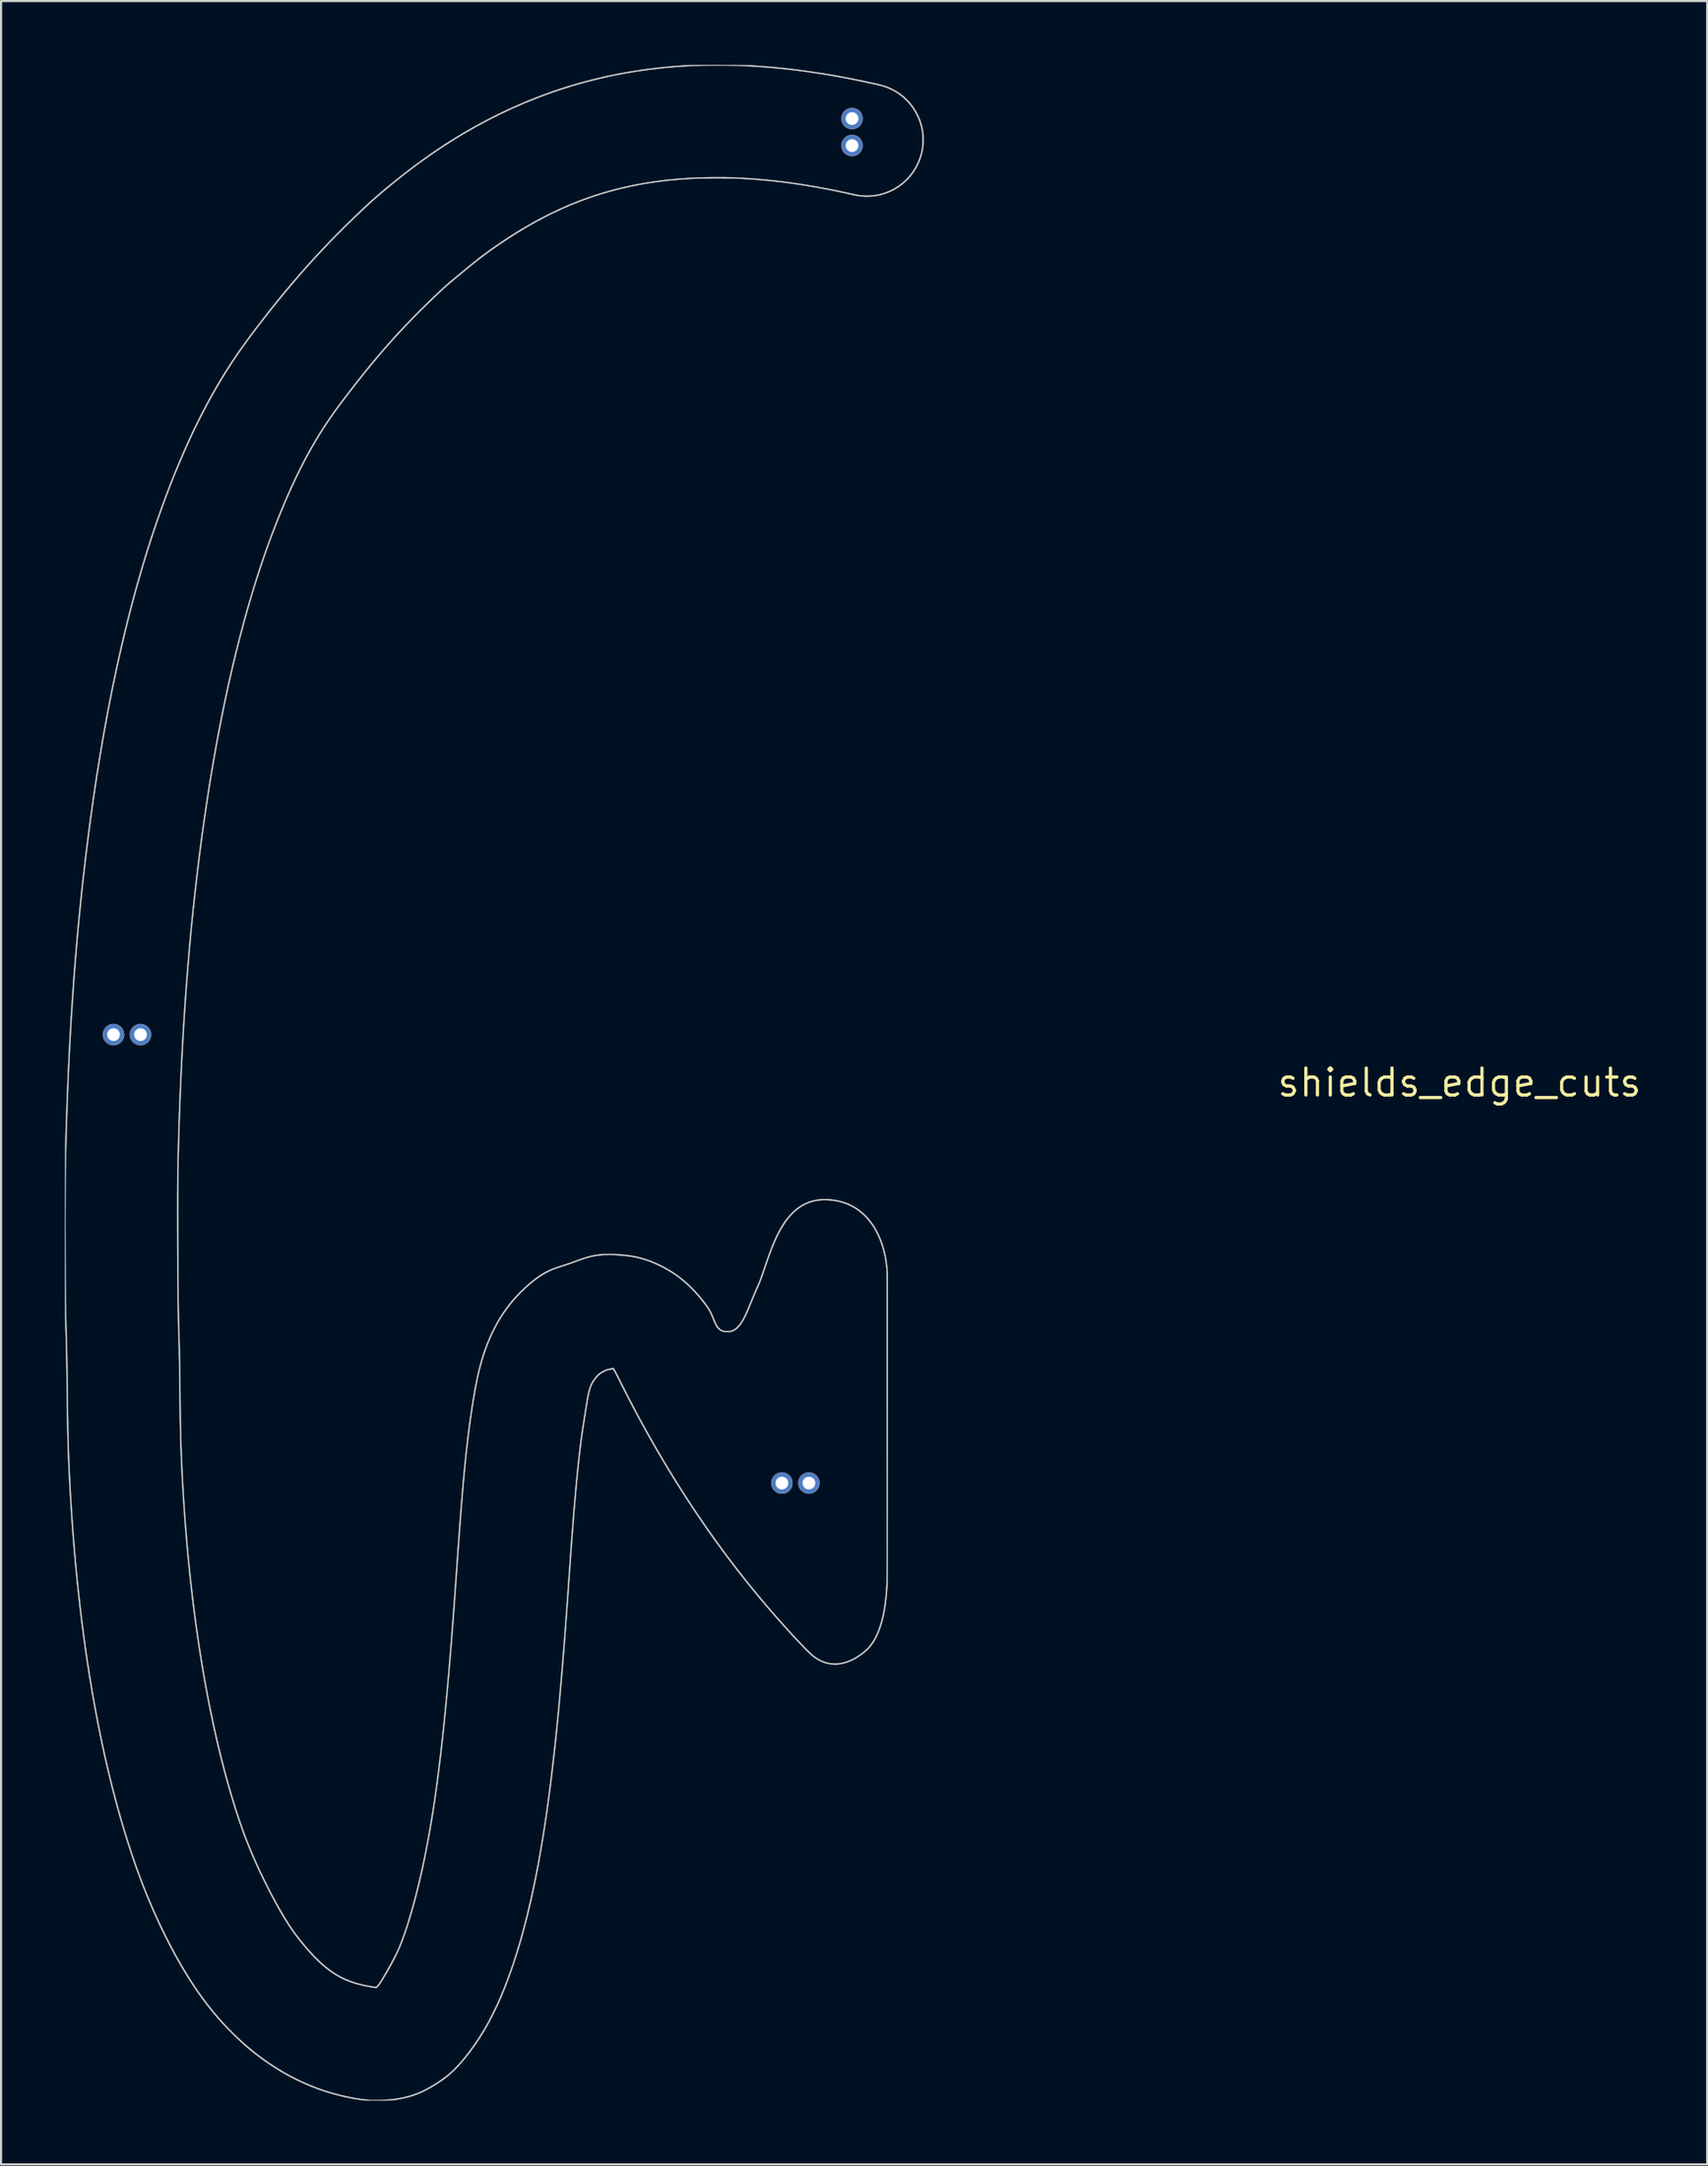
<source format=kicad_pcb>
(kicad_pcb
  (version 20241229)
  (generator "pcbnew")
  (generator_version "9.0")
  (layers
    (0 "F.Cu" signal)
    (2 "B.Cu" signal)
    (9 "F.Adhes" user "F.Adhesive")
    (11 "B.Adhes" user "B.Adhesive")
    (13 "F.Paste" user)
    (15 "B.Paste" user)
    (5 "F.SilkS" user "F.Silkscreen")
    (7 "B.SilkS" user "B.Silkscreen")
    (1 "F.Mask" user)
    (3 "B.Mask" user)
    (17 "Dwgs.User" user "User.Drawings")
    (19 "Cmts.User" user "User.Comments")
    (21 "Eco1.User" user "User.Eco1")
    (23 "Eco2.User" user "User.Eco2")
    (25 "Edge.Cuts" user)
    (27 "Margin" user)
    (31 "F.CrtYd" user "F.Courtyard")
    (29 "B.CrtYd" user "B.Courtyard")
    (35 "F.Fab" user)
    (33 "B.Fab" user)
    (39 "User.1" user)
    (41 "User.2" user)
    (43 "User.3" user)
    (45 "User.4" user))
  (footprint "shields_edge_cuts"
    (layer "F.Cu")
    (at 65.621 47.866)
    (property "Reference" "shields_edge_cuts" (at 0 0 0) (layer "F.SilkS") (effects (font (size 1.27 1.27) (thickness 0.15))))
    (attr through_hole)
    (fp_poly (pts (xy -28.494 -45.839) (xy -28.408 -45.815) (xy -28.328 -45.776) (xy -28.255 -45.724) (xy -28.192 -45.66) (xy -28.159 -45.615) (xy -28.12 -45.54) (xy -28.095 -45.458) (xy -28.083 -45.372) (xy -28.085 -45.285) (xy -28.101 -45.201) (xy -28.104 -45.191) (xy -28.139 -45.108) (xy -28.187 -45.035) (xy -28.246 -44.972) (xy -28.314 -44.92) (xy -28.389 -44.88) (xy -28.471 -44.854) (xy -28.556 -44.841) (xy -28.644 -44.844) (xy -28.709 -44.857) (xy -28.795 -44.887) (xy -28.872 -44.932) (xy -28.939 -44.988) (xy -28.995 -45.054) (xy -29.038 -45.129) (xy -29.068 -45.211) (xy -29.084 -45.299) (xy -29.085 -45.335) (xy -29.079 -45.427) (xy -29.06 -45.51) (xy -29.026 -45.585) (xy -28.976 -45.656) (xy -28.94 -45.696) (xy -28.868 -45.757) (xy -28.792 -45.802) (xy -28.709 -45.832) (xy -28.621 -45.846) (xy -28.583 -45.847) (xy -28.494 -45.839)) (stroke (width 0.01) (type solid)) (fill no) (layer "Dwgs.User"))
    (fp_poly (pts (xy -28.494 -44.569) (xy -28.408 -44.545) (xy -28.328 -44.506) (xy -28.255 -44.454) (xy -28.192 -44.39) (xy -28.159 -44.345) (xy -28.12 -44.27) (xy -28.095 -44.188) (xy -28.083 -44.102) (xy -28.085 -44.015) (xy -28.101 -43.931) (xy -28.104 -43.921) (xy -28.139 -43.838) (xy -28.187 -43.765) (xy -28.246 -43.702) (xy -28.314 -43.65) (xy -28.389 -43.61) (xy -28.471 -43.584) (xy -28.556 -43.571) (xy -28.644 -43.574) (xy -28.709 -43.587) (xy -28.795 -43.617) (xy -28.872 -43.662) (xy -28.939 -43.718) (xy -28.995 -43.784) (xy -29.038 -43.859) (xy -29.068 -43.941) (xy -29.084 -44.029) (xy -29.085 -44.065) (xy -29.079 -44.157) (xy -29.06 -44.24) (xy -29.026 -44.315) (xy -28.976 -44.386) (xy -28.94 -44.426) (xy -28.868 -44.487) (xy -28.792 -44.532) (xy -28.709 -44.562) (xy -28.621 -44.576) (xy -28.583 -44.577) (xy -28.494 -44.569)) (stroke (width 0.01) (type solid)) (fill no) (layer "Dwgs.User"))
    (fp_poly (pts (xy -61.991 -2.756) (xy -61.904 -2.734) (xy -61.822 -2.698) (xy -61.747 -2.647) (xy -61.71 -2.613) (xy -61.651 -2.544) (xy -61.608 -2.468) (xy -61.578 -2.388) (xy -61.563 -2.305) (xy -61.563 -2.222) (xy -61.576 -2.139) (xy -61.602 -2.059) (xy -61.642 -1.984) (xy -61.696 -1.916) (xy -61.762 -1.855) (xy -61.804 -1.826) (xy -61.867 -1.795) (xy -61.94 -1.772) (xy -62.018 -1.759) (xy -62.095 -1.756) (xy -62.166 -1.764) (xy -62.17 -1.765) (xy -62.257 -1.793) (xy -62.335 -1.833) (xy -62.402 -1.884) (xy -62.458 -1.944) (xy -62.503 -2.012) (xy -62.537 -2.085) (xy -62.559 -2.163) (xy -62.568 -2.243) (xy -62.564 -2.324) (xy -62.546 -2.405) (xy -62.514 -2.483) (xy -62.468 -2.557) (xy -62.415 -2.618) (xy -62.359 -2.665) (xy -62.295 -2.705) (xy -62.226 -2.735) (xy -62.172 -2.751) (xy -62.081 -2.761) (xy -61.991 -2.756)) (stroke (width 0.01) (type solid)) (fill no) (layer "Dwgs.User"))
    (fp_poly (pts (xy -63.242 -2.752) (xy -63.156 -2.729) (xy -63.075 -2.689) (xy -63.002 -2.634) (xy -62.98 -2.613) (xy -62.921 -2.544) (xy -62.878 -2.468) (xy -62.848 -2.388) (xy -62.833 -2.305) (xy -62.833 -2.222) (xy -62.846 -2.139) (xy -62.872 -2.059) (xy -62.912 -1.984) (xy -62.966 -1.916) (xy -63.032 -1.855) (xy -63.074 -1.826) (xy -63.138 -1.795) (xy -63.211 -1.772) (xy -63.288 -1.759) (xy -63.365 -1.756) (xy -63.437 -1.764) (xy -63.441 -1.765) (xy -63.527 -1.793) (xy -63.606 -1.835) (xy -63.676 -1.889) (xy -63.736 -1.955) (xy -63.784 -2.029) (xy -63.81 -2.091) (xy -63.832 -2.178) (xy -63.838 -2.265) (xy -63.829 -2.351) (xy -63.806 -2.433) (xy -63.769 -2.511) (xy -63.721 -2.581) (xy -63.66 -2.642) (xy -63.589 -2.692) (xy -63.558 -2.708) (xy -63.496 -2.734) (xy -63.44 -2.751) (xy -63.382 -2.759) (xy -63.335 -2.76) (xy -63.242 -2.752)) (stroke (width 0.01) (type solid)) (fill no) (layer "Dwgs.User"))
    (fp_poly (pts (xy -31.812 18.33) (xy -31.746 18.34) (xy -31.686 18.36) (xy -31.628 18.39) (xy -31.613 18.4) (xy -31.54 18.457) (xy -31.479 18.524) (xy -31.433 18.6) (xy -31.401 18.684) (xy -31.385 18.774) (xy -31.382 18.826) (xy -31.39 18.918) (xy -31.413 19.004) (xy -31.451 19.084) (xy -31.503 19.154) (xy -31.567 19.216) (xy -31.643 19.266) (xy -31.731 19.305) (xy -31.779 19.317) (xy -31.837 19.324) (xy -31.899 19.326) (xy -31.958 19.323) (xy -31.996 19.317) (xy -32.079 19.29) (xy -32.156 19.248) (xy -32.225 19.193) (xy -32.285 19.128) (xy -32.332 19.054) (xy -32.366 18.973) (xy -32.372 18.951) (xy -32.381 18.9) (xy -32.384 18.839) (xy -32.383 18.777) (xy -32.376 18.721) (xy -32.372 18.701) (xy -32.341 18.614) (xy -32.296 18.536) (xy -32.237 18.468) (xy -32.167 18.41) (xy -32.085 18.364) (xy -32.048 18.349) (xy -32.02 18.339) (xy -31.994 18.333) (xy -31.965 18.329) (xy -31.928 18.327) (xy -31.89 18.327) (xy -31.812 18.33)) (stroke (width 0.01) (type solid)) (fill no) (layer "Dwgs.User"))
    (fp_poly (pts (xy -30.542 18.33) (xy -30.476 18.34) (xy -30.416 18.36) (xy -30.358 18.39) (xy -30.343 18.4) (xy -30.27 18.457) (xy -30.209 18.524) (xy -30.163 18.6) (xy -30.131 18.684) (xy -30.115 18.774) (xy -30.112 18.826) (xy -30.12 18.918) (xy -30.143 19.004) (xy -30.181 19.084) (xy -30.233 19.154) (xy -30.297 19.216) (xy -30.373 19.266) (xy -30.461 19.305) (xy -30.509 19.317) (xy -30.567 19.324) (xy -30.629 19.326) (xy -30.688 19.323) (xy -30.726 19.317) (xy -30.809 19.29) (xy -30.886 19.248) (xy -30.955 19.193) (xy -31.015 19.128) (xy -31.062 19.054) (xy -31.096 18.973) (xy -31.102 18.951) (xy -31.111 18.9) (xy -31.114 18.839) (xy -31.113 18.777) (xy -31.106 18.721) (xy -31.102 18.701) (xy -31.071 18.614) (xy -31.026 18.536) (xy -30.967 18.468) (xy -30.897 18.41) (xy -30.815 18.364) (xy -30.778 18.349) (xy -30.75 18.339) (xy -30.724 18.333) (xy -30.695 18.329) (xy -30.658 18.327) (xy -30.62 18.327) (xy -30.542 18.33)) (stroke (width 0.01) (type solid)) (fill no) (layer "Dwgs.User"))
    (fp_poly (pts (xy -35.379 -47.861) (xy -35.231 -47.861) (xy -35.068 -47.86) (xy -34.891 -47.86) (xy -34.794 -47.86) (xy -34.581 -47.859) (xy -34.385 -47.859) (xy -34.205 -47.858) (xy -34.042 -47.857) (xy -33.895 -47.856) (xy -33.765 -47.855) (xy -33.651 -47.854) (xy -33.552 -47.853) (xy -33.47 -47.852) (xy -33.403 -47.85) (xy -33.352 -47.849) (xy -33.316 -47.847) (xy -33.304 -47.847) (xy -33.255 -47.843) (xy -33.195 -47.839) (xy -33.128 -47.834) (xy -33.058 -47.829) (xy -32.992 -47.824) (xy -32.982 -47.824) (xy -32.391 -47.778) (xy -31.79 -47.72) (xy -31.179 -47.649) (xy -30.56 -47.566) (xy -29.932 -47.471) (xy -29.297 -47.363) (xy -28.655 -47.243) (xy -28.008 -47.111) (xy -27.817 -47.07) (xy -27.676 -47.039) (xy -27.55 -47.011) (xy -27.438 -46.985) (xy -27.338 -46.962) (xy -27.249 -46.94) (xy -27.17 -46.919) (xy -27.098 -46.899) (xy -27.034 -46.88) (xy -26.974 -46.86) (xy -26.918 -46.84) (xy -26.865 -46.818) (xy -26.812 -46.795) (xy -26.759 -46.771) (xy -26.704 -46.744) (xy -26.662 -46.723) (xy -26.475 -46.619) (xy -26.299 -46.502) (xy -26.135 -46.372) (xy -25.983 -46.23) (xy -25.842 -46.076) (xy -25.712 -45.91) (xy -25.595 -45.732) (xy -25.49 -45.543) (xy -25.467 -45.496) (xy -25.384 -45.306) (xy -25.316 -45.108) (xy -25.263 -44.904) (xy -25.229 -44.721) (xy -25.223 -44.68) (xy -25.219 -44.643) (xy -25.215 -44.607) (xy -25.213 -44.569) (xy -25.211 -44.525) (xy -25.21 -44.474) (xy -25.21 -44.411) (xy -25.21 -44.336) (xy -25.211 -44.237) (xy -25.213 -44.152) (xy -25.217 -44.076) (xy -25.223 -44.007) (xy -25.231 -43.941) (xy -25.242 -43.873) (xy -25.257 -43.801) (xy -25.269 -43.745) (xy -25.325 -43.54) (xy -25.396 -43.342) (xy -25.481 -43.151) (xy -25.58 -42.968) (xy -25.693 -42.793) (xy -25.819 -42.629) (xy -25.957 -42.475) (xy -26.107 -42.331) (xy -26.268 -42.2) (xy -26.439 -42.081) (xy -26.621 -41.974) (xy -26.739 -41.915) (xy -26.937 -41.831) (xy -27.137 -41.764) (xy -27.34 -41.714) (xy -27.547 -41.68) (xy -27.756 -41.663) (xy -27.968 -41.662) (xy -28.183 -41.679) (xy -28.401 -41.711) (xy -28.524 -41.737) (xy -29.049 -41.853) (xy -29.563 -41.96) (xy -30.066 -42.057) (xy -30.561 -42.144) (xy -31.05 -42.222) (xy -31.533 -42.291) (xy -32.013 -42.352) (xy -32.491 -42.404) (xy -32.97 -42.447) (xy -33.45 -42.483) (xy -33.934 -42.511) (xy -33.968 -42.513) (xy -34.025 -42.515) (xy -34.096 -42.517) (xy -34.181 -42.519) (xy -34.277 -42.52) (xy -34.384 -42.522) (xy -34.498 -42.523) (xy -34.618 -42.523) (xy -34.743 -42.524) (xy -34.871 -42.524) (xy -35 -42.524) (xy -35.128 -42.524) (xy -35.253 -42.523) (xy -35.373 -42.523) (xy -35.488 -42.522) (xy -35.594 -42.52) (xy -35.691 -42.519) (xy -35.777 -42.517) (xy -35.849 -42.515) (xy -35.905 -42.513) (xy -35.907 -42.513) (xy -36.244 -42.495) (xy -36.567 -42.473) (xy -36.877 -42.448) (xy -37.177 -42.42) (xy -37.468 -42.388) (xy -37.754 -42.351) (xy -38.036 -42.311) (xy -38.316 -42.266) (xy -38.559 -42.223) (xy -39.024 -42.13) (xy -39.484 -42.025) (xy -39.939 -41.907) (xy -40.39 -41.776) (xy -40.836 -41.631) (xy -41.279 -41.472) (xy -41.72 -41.299) (xy -42.158 -41.112) (xy -42.595 -40.91) (xy -43.03 -40.693) (xy -43.466 -40.461) (xy -43.902 -40.214) (xy -44.338 -39.951) (xy -44.776 -39.673) (xy -45.216 -39.378) (xy -45.576 -39.126) (xy -45.658 -39.067) (xy -45.739 -39.008) (xy -45.82 -38.949) (xy -45.901 -38.888) (xy -45.984 -38.825) (xy -46.069 -38.76) (xy -46.157 -38.691) (xy -46.25 -38.618) (xy -46.348 -38.54) (xy -46.452 -38.456) (xy -46.563 -38.366) (xy -46.682 -38.269) (xy -46.811 -38.163) (xy -46.949 -38.049) (xy -47.098 -37.925) (xy -47.259 -37.792) (xy -47.269 -37.783) (xy -47.354 -37.712) (xy -47.43 -37.649) (xy -47.497 -37.592) (xy -47.559 -37.54) (xy -47.617 -37.491) (xy -47.671 -37.443) (xy -47.725 -37.395) (xy -47.78 -37.345) (xy -47.837 -37.293) (xy -47.898 -37.236) (xy -47.965 -37.173) (xy -48.039 -37.103) (xy -48.123 -37.023) (xy -48.192 -36.957) (xy -48.56 -36.603) (xy -48.915 -36.253) (xy -49.258 -35.905) (xy -49.593 -35.556) (xy -49.92 -35.206) (xy -50.242 -34.852) (xy -50.56 -34.492) (xy -50.876 -34.124) (xy -51.191 -33.746) (xy -51.509 -33.356) (xy -51.83 -32.952) (xy -51.846 -32.931) (xy -52.014 -32.716) (xy -52.175 -32.509) (xy -52.328 -32.309) (xy -52.473 -32.118) (xy -52.609 -31.937) (xy -52.737 -31.766) (xy -52.854 -31.605) (xy -52.961 -31.456) (xy -53.022 -31.369) (xy -53.226 -31.073) (xy -53.424 -30.773) (xy -53.617 -30.468) (xy -53.806 -30.157) (xy -53.991 -29.839) (xy -54.172 -29.513) (xy -54.351 -29.178) (xy -54.527 -28.833) (xy -54.701 -28.478) (xy -54.874 -28.111) (xy -55.046 -27.731) (xy -55.217 -27.337) (xy -55.389 -26.929) (xy -55.56 -26.506) (xy -55.643 -26.297) (xy -55.72 -26.102) (xy -55.793 -25.911) (xy -55.864 -25.725) (xy -55.933 -25.54) (xy -56.001 -25.355) (xy -56.068 -25.168) (xy -56.135 -24.979) (xy -56.203 -24.784) (xy -56.272 -24.582) (xy -56.343 -24.372) (xy -56.416 -24.152) (xy -56.492 -23.92) (xy -56.572 -23.674) (xy -56.617 -23.533) (xy -56.652 -23.422) (xy -56.691 -23.296) (xy -56.733 -23.158) (xy -56.778 -23.01) (xy -56.824 -22.854) (xy -56.872 -22.691) (xy -56.921 -22.524) (xy -56.97 -22.355) (xy -57.018 -22.187) (xy -57.065 -22.02) (xy -57.111 -21.857) (xy -57.154 -21.7) (xy -57.17 -21.641) (xy -57.365 -20.909) (xy -57.553 -20.161) (xy -57.736 -19.397) (xy -57.912 -18.618) (xy -58.083 -17.822) (xy -58.247 -17.011) (xy -58.406 -16.184) (xy -58.558 -15.342) (xy -58.705 -14.484) (xy -58.845 -13.61) (xy -58.98 -12.721) (xy -59.109 -11.816) (xy -59.231 -10.895) (xy -59.348 -9.959) (xy -59.458 -9.007) (xy -59.546 -8.2) (xy -59.639 -7.28) (xy -59.726 -6.343) (xy -59.807 -5.391) (xy -59.882 -4.423) (xy -59.952 -3.44) (xy -60.015 -2.44) (xy -60.072 -1.425) (xy -60.123 -0.393) (xy -60.168 0.654) (xy -60.208 1.717) (xy -60.24 2.773) (xy -60.245 2.95) (xy -60.25 3.121) (xy -60.254 3.287) (xy -60.258 3.449) (xy -60.261 3.607) (xy -60.264 3.763) (xy -60.267 3.918) (xy -60.27 4.073) (xy -60.272 4.228) (xy -60.274 4.386) (xy -60.276 4.548) (xy -60.277 4.713) (xy -60.279 4.884) (xy -60.28 5.061) (xy -60.281 5.245) (xy -60.281 5.438) (xy -60.281 5.64) (xy -60.282 5.853) (xy -60.282 6.078) (xy -60.281 6.316) (xy -60.281 6.567) (xy -60.28 6.833) (xy -60.28 7.095) (xy -60.279 7.445) (xy -60.278 7.778) (xy -60.276 8.096) (xy -60.275 8.399) (xy -60.273 8.687) (xy -60.272 8.961) (xy -60.27 9.222) (xy -60.268 9.471) (xy -60.266 9.707) (xy -60.263 9.932) (xy -60.261 10.146) (xy -60.258 10.351) (xy -60.255 10.545) (xy -60.252 10.731) (xy -60.249 10.908) (xy -60.245 11.078) (xy -60.242 11.24) (xy -60.238 11.397) (xy -60.234 11.547) (xy -60.229 11.692) (xy -60.228 11.735) (xy -60.223 11.884) (xy -60.218 12.037) (xy -60.214 12.195) (xy -60.21 12.357) (xy -60.206 12.526) (xy -60.202 12.702) (xy -60.199 12.886) (xy -60.195 13.079) (xy -60.192 13.282) (xy -60.188 13.497) (xy -60.185 13.723) (xy -60.182 13.962) (xy -60.179 14.216) (xy -60.176 14.484) (xy -60.173 14.768) (xy -60.172 14.812) (xy -60.17 15.07) (xy -60.167 15.313) (xy -60.164 15.541) (xy -60.16 15.758) (xy -60.157 15.963) (xy -60.153 16.159) (xy -60.149 16.348) (xy -60.145 16.53) (xy -60.14 16.707) (xy -60.135 16.881) (xy -60.13 17.053) (xy -60.124 17.226) (xy -60.117 17.399) (xy -60.11 17.576) (xy -60.102 17.756) (xy -60.1 17.801) (xy -60.061 18.621) (xy -60.014 19.433) (xy -59.961 20.239) (xy -59.9 21.038) (xy -59.833 21.828) (xy -59.759 22.611) (xy -59.679 23.384) (xy -59.592 24.148) (xy -59.498 24.903) (xy -59.398 25.647) (xy -59.292 26.381) (xy -59.179 27.104) (xy -59.06 27.815) (xy -58.935 28.515) (xy -58.804 29.202) (xy -58.667 29.876) (xy -58.523 30.537) (xy -58.374 31.184) (xy -58.219 31.817) (xy -58.059 32.435) (xy -57.893 33.039) (xy -57.725 33.613) (xy -57.626 33.935) (xy -57.528 34.247) (xy -57.429 34.547) (xy -57.332 34.836) (xy -57.235 35.11) (xy -57.14 35.37) (xy -57.078 35.536) (xy -56.981 35.783) (xy -56.878 36.034) (xy -56.771 36.289) (xy -56.659 36.546) (xy -56.543 36.804) (xy -56.424 37.062) (xy -56.301 37.319) (xy -56.177 37.574) (xy -56.051 37.825) (xy -55.924 38.073) (xy -55.797 38.315) (xy -55.669 38.55) (xy -55.542 38.778) (xy -55.416 38.998) (xy -55.292 39.207) (xy -55.17 39.406) (xy -55.051 39.594) (xy -54.936 39.768) (xy -54.824 39.928) (xy -54.717 40.073) (xy -54.531 40.312) (xy -54.348 40.537) (xy -54.168 40.748) (xy -53.99 40.945) (xy -53.817 41.127) (xy -53.648 41.294) (xy -53.483 41.445) (xy -53.388 41.527) (xy -53.198 41.678) (xy -53.008 41.815) (xy -52.816 41.938) (xy -52.619 42.048) (xy -52.416 42.145) (xy -52.206 42.232) (xy -51.987 42.308) (xy -51.756 42.374) (xy -51.513 42.431) (xy -51.434 42.447) (xy -51.382 42.457) (xy -51.324 42.468) (xy -51.264 42.478) (xy -51.203 42.488) (xy -51.145 42.498) (xy -51.092 42.506) (xy -51.047 42.513) (xy -51.013 42.518) (xy -50.992 42.52) (xy -50.99 42.52) (xy -50.972 42.513) (xy -50.948 42.493) (xy -50.919 42.463) (xy -50.886 42.425) (xy -50.852 42.381) (xy -50.817 42.331) (xy -50.802 42.308) (xy -50.728 42.189) (xy -50.651 42.061) (xy -50.572 41.927) (xy -50.491 41.789) (xy -50.412 41.648) (xy -50.333 41.508) (xy -50.257 41.369) (xy -50.185 41.235) (xy -50.118 41.106) (xy -50.057 40.986) (xy -50.003 40.876) (xy -49.966 40.797) (xy -49.928 40.71) (xy -49.886 40.608) (xy -49.84 40.495) (xy -49.793 40.371) (xy -49.744 40.238) (xy -49.694 40.1) (xy -49.644 39.957) (xy -49.594 39.811) (xy -49.546 39.665) (xy -49.504 39.534) (xy -49.377 39.115) (xy -49.252 38.679) (xy -49.132 38.228) (xy -49.015 37.76) (xy -48.901 37.278) (xy -48.791 36.78) (xy -48.685 36.268) (xy -48.583 35.741) (xy -48.485 35.2) (xy -48.391 34.646) (xy -48.3 34.078) (xy -48.214 33.497) (xy -48.132 32.903) (xy -48.121 32.817) (xy -48.082 32.518) (xy -48.044 32.218) (xy -48.007 31.915) (xy -47.97 31.609) (xy -47.934 31.299) (xy -47.898 30.985) (xy -47.863 30.666) (xy -47.829 30.341) (xy -47.794 30.01) (xy -47.76 29.673) (xy -47.726 29.327) (xy -47.693 28.974) (xy -47.659 28.612) (xy -47.626 28.24) (xy -47.592 27.859) (xy -47.559 27.467) (xy -47.525 27.064) (xy -47.491 26.648) (xy -47.457 26.221) (xy -47.423 25.78) (xy -47.388 25.325) (xy -47.353 24.856) (xy -47.317 24.372) (xy -47.281 23.872) (xy -47.245 23.356) (xy -47.244 23.351) (xy -47.237 23.245) (xy -47.228 23.125) (xy -47.219 22.993) (xy -47.209 22.853) (xy -47.199 22.707) (xy -47.188 22.558) (xy -47.178 22.408) (xy -47.168 22.261) (xy -47.158 22.12) (xy -47.148 21.986) (xy -47.146 21.963) (xy -47.116 21.539) (xy -47.087 21.131) (xy -47.058 20.739) (xy -47.029 20.363) (xy -47.001 20) (xy -46.972 19.651) (xy -46.945 19.316) (xy -46.917 18.992) (xy -46.889 18.681) (xy -46.862 18.381) (xy -46.834 18.091) (xy -46.806 17.811) (xy -46.779 17.541) (xy -46.75 17.279) (xy -46.722 17.025) (xy -46.693 16.779) (xy -46.664 16.539) (xy -46.635 16.305) (xy -46.604 16.077) (xy -46.574 15.853) (xy -46.542 15.634) (xy -46.51 15.418) (xy -46.477 15.205) (xy -46.469 15.151) (xy -46.428 14.898) (xy -46.387 14.66) (xy -46.348 14.436) (xy -46.309 14.226) (xy -46.27 14.027) (xy -46.23 13.839) (xy -46.19 13.659) (xy -46.149 13.488) (xy -46.108 13.323) (xy -46.064 13.164) (xy -46.019 13.008) (xy -45.972 12.855) (xy -45.923 12.703) (xy -45.902 12.642) (xy -45.781 12.309) (xy -45.648 11.987) (xy -45.503 11.675) (xy -45.347 11.374) (xy -45.18 11.084) (xy -45.002 10.807) (xy -44.814 10.542) (xy -44.615 10.291) (xy -44.461 10.113) (xy -44.299 9.937) (xy -44.132 9.768) (xy -43.96 9.605) (xy -43.787 9.451) (xy -43.614 9.309) (xy -43.443 9.178) (xy -43.311 9.086) (xy -43.224 9.028) (xy -43.14 8.976) (xy -43.058 8.928) (xy -42.976 8.883) (xy -42.892 8.841) (xy -42.803 8.8) (xy -42.709 8.76) (xy -42.607 8.72) (xy -42.495 8.68) (xy -42.371 8.637) (xy -42.233 8.592) (xy -42.173 8.572) (xy -42.106 8.551) (xy -42.044 8.531) (xy -41.989 8.513) (xy -41.942 8.498) (xy -41.905 8.486) (xy -41.881 8.478) (xy -41.872 8.475) (xy -41.85 8.466) (xy -41.814 8.452) (xy -41.767 8.434) (xy -41.71 8.414) (xy -41.648 8.391) (xy -41.58 8.367) (xy -41.511 8.342) (xy -41.443 8.317) (xy -41.377 8.294) (xy -41.316 8.272) (xy -41.263 8.253) (xy -41.219 8.238) (xy -41.188 8.228) (xy -41.184 8.227) (xy -41.005 8.174) (xy -40.824 8.13) (xy -40.637 8.095) (xy -40.471 8.071) (xy -40.411 8.066) (xy -40.338 8.061) (xy -40.252 8.058) (xy -40.158 8.056) (xy -40.057 8.055) (xy -39.953 8.055) (xy -39.847 8.056) (xy -39.742 8.059) (xy -39.642 8.063) (xy -39.548 8.068) (xy -39.463 8.074) (xy -39.442 8.075) (xy -39.283 8.091) (xy -39.138 8.107) (xy -39.005 8.125) (xy -38.88 8.145) (xy -38.763 8.167) (xy -38.648 8.192) (xy -38.54 8.218) (xy -38.319 8.282) (xy -38.093 8.36) (xy -37.866 8.451) (xy -37.638 8.554) (xy -37.414 8.668) (xy -37.194 8.792) (xy -36.981 8.924) (xy -36.779 9.063) (xy -36.607 9.192) (xy -36.433 9.338) (xy -36.257 9.497) (xy -36.083 9.668) (xy -35.912 9.848) (xy -35.747 10.034) (xy -35.59 10.224) (xy -35.444 10.416) (xy -35.434 10.429) (xy -35.379 10.507) (xy -35.33 10.578) (xy -35.287 10.647) (xy -35.247 10.716) (xy -35.209 10.788) (xy -35.172 10.866) (xy -35.133 10.953) (xy -35.092 11.051) (xy -35.069 11.108) (xy -35.047 11.163) (xy -35.025 11.215) (xy -35.005 11.262) (xy -34.988 11.301) (xy -34.976 11.328) (xy -34.974 11.333) (xy -34.92 11.428) (xy -34.861 11.507) (xy -34.797 11.571) (xy -34.728 11.62) (xy -34.652 11.654) (xy -34.624 11.662) (xy -34.566 11.674) (xy -34.499 11.68) (xy -34.429 11.681) (xy -34.363 11.677) (xy -34.336 11.673) (xy -34.259 11.655) (xy -34.188 11.629) (xy -34.123 11.593) (xy -34.057 11.546) (xy -33.989 11.486) (xy -33.976 11.472) (xy -33.936 11.431) (xy -33.898 11.388) (xy -33.86 11.341) (xy -33.824 11.29) (xy -33.787 11.233) (xy -33.749 11.17) (xy -33.71 11.099) (xy -33.67 11.019) (xy -33.627 10.93) (xy -33.581 10.831) (xy -33.532 10.719) (xy -33.478 10.594) (xy -33.42 10.456) (xy -33.361 10.312) (xy -33.31 10.188) (xy -33.264 10.076) (xy -33.221 9.974) (xy -33.181 9.88) (xy -33.143 9.79) (xy -33.104 9.701) (xy -33.064 9.612) (xy -33.037 9.55) (xy -33.006 9.48) (xy -32.977 9.412) (xy -32.949 9.346) (xy -32.922 9.278) (xy -32.895 9.205) (xy -32.865 9.125) (xy -32.834 9.036) (xy -32.799 8.934) (xy -32.779 8.877) (xy -32.752 8.797) (xy -32.721 8.708) (xy -32.689 8.614) (xy -32.657 8.521) (xy -32.628 8.434) (xy -32.604 8.365) (xy -32.517 8.117) (xy -32.431 7.886) (xy -32.347 7.669) (xy -32.262 7.467) (xy -32.178 7.279) (xy -32.093 7.103) (xy -32.008 6.94) (xy -31.921 6.787) (xy -31.832 6.645) (xy -31.742 6.512) (xy -31.649 6.388) (xy -31.552 6.272) (xy -31.453 6.163) (xy -31.412 6.121) (xy -31.342 6.053) (xy -31.279 5.995) (xy -31.219 5.943) (xy -31.157 5.895) (xy -31.09 5.847) (xy -31.045 5.816) (xy -30.9 5.728) (xy -30.751 5.653) (xy -30.597 5.592) (xy -30.435 5.542) (xy -30.263 5.505) (xy -30.171 5.49) (xy -30.12 5.484) (xy -30.057 5.48) (xy -29.983 5.477) (xy -29.904 5.475) (xy -29.822 5.474) (xy -29.742 5.476) (xy -29.667 5.478) (xy -29.601 5.482) (xy -29.566 5.485) (xy -29.345 5.516) (xy -29.135 5.561) (xy -28.933 5.62) (xy -28.741 5.693) (xy -28.557 5.781) (xy -28.382 5.883) (xy -28.215 6) (xy -28.056 6.131) (xy -27.952 6.229) (xy -27.807 6.384) (xy -27.671 6.553) (xy -27.546 6.735) (xy -27.43 6.928) (xy -27.325 7.133) (xy -27.231 7.349) (xy -27.147 7.574) (xy -27.075 7.808) (xy -27.014 8.051) (xy -26.965 8.301) (xy -26.928 8.558) (xy -26.904 8.821) (xy -26.899 8.903) (xy -26.898 8.922) (xy -26.897 8.958) (xy -26.897 9.01) (xy -26.896 9.077) (xy -26.896 9.16) (xy -26.895 9.256) (xy -26.895 9.367) (xy -26.895 9.491) (xy -26.894 9.629) (xy -26.894 9.779) (xy -26.893 9.941) (xy -26.893 10.114) (xy -26.893 10.299) (xy -26.893 10.494) (xy -26.892 10.7) (xy -26.892 10.915) (xy -26.892 11.139) (xy -26.892 11.372) (xy -26.891 11.614) (xy -26.891 11.863) (xy -26.891 12.119) (xy -26.891 12.382) (xy -26.891 12.652) (xy -26.891 12.927) (xy -26.891 13.208) (xy -26.891 13.494) (xy -26.891 13.784) (xy -26.891 14.078) (xy -26.891 14.375) (xy -26.891 14.676) (xy -26.891 14.978) (xy -26.891 15.283) (xy -26.891 15.59) (xy -26.891 15.897) (xy -26.891 16.205) (xy -26.892 16.513) (xy -26.892 16.821) (xy -26.892 17.128) (xy -26.892 17.433) (xy -26.892 17.737) (xy -26.893 18.038) (xy -26.893 18.337) (xy -26.893 18.632) (xy -26.893 18.924) (xy -26.894 19.211) (xy -26.894 19.494) (xy -26.894 19.771) (xy -26.895 20.043) (xy -26.895 20.308) (xy -26.895 20.567) (xy -26.896 20.819) (xy -26.896 21.064) (xy -26.896 21.3) (xy -26.897 21.527) (xy -26.897 21.746) (xy -26.898 21.955) (xy -26.898 22.154) (xy -26.899 22.343) (xy -26.899 22.521) (xy -26.9 22.687) (xy -26.9 22.841) (xy -26.901 22.983) (xy -26.901 23.112) (xy -26.902 23.228) (xy -26.902 23.33) (xy -26.903 23.418) (xy -26.903 23.491) (xy -26.904 23.548) (xy -26.905 23.59) (xy -26.905 23.616) (xy -26.905 23.622) (xy -26.922 23.853) (xy -26.94 24.069) (xy -26.96 24.271) (xy -26.982 24.461) (xy -27.007 24.64) (xy -27.035 24.809) (xy -27.065 24.97) (xy -27.098 25.124) (xy -27.135 25.273) (xy -27.17 25.404) (xy -27.235 25.614) (xy -27.306 25.809) (xy -27.382 25.989) (xy -27.465 26.154) (xy -27.554 26.306) (xy -27.649 26.445) (xy -27.752 26.572) (xy -27.863 26.688) (xy -27.936 26.754) (xy -28.103 26.889) (xy -28.272 27.008) (xy -28.442 27.111) (xy -28.614 27.197) (xy -28.787 27.266) (xy -28.961 27.319) (xy -29.136 27.355) (xy -29.201 27.364) (xy -29.267 27.37) (xy -29.343 27.372) (xy -29.423 27.372) (xy -29.502 27.368) (xy -29.572 27.362) (xy -29.584 27.36) (xy -29.735 27.333) (xy -29.882 27.292) (xy -30.025 27.236) (xy -30.166 27.165) (xy -30.308 27.079) (xy -30.403 27.011) (xy -30.448 26.975) (xy -30.504 26.927) (xy -30.569 26.866) (xy -30.644 26.795) (xy -30.727 26.713) (xy -30.817 26.622) (xy -30.915 26.521) (xy -31.019 26.412) (xy -31.13 26.296) (xy -31.245 26.172) (xy -31.366 26.042) (xy -31.491 25.906) (xy -31.619 25.764) (xy -31.751 25.619) (xy -31.884 25.47) (xy -32.02 25.317) (xy -32.157 25.162) (xy -32.294 25.005) (xy -32.431 24.847) (xy -32.568 24.688) (xy -32.703 24.53) (xy -32.837 24.372) (xy -32.968 24.216) (xy -33.008 24.168) (xy -33.519 23.543) (xy -34.024 22.903) (xy -34.521 22.248) (xy -35.012 21.578) (xy -35.494 20.896) (xy -35.969 20.2) (xy -36.436 19.491) (xy -36.893 18.77) (xy -37.342 18.038) (xy -37.782 17.295) (xy -38.212 16.541) (xy -38.632 15.777) (xy -39.042 15.004) (xy -39.441 14.222) (xy -39.503 14.097) (xy -39.544 14.015) (xy -39.584 13.935) (xy -39.624 13.858) (xy -39.66 13.787) (xy -39.694 13.723) (xy -39.723 13.667) (xy -39.747 13.623) (xy -39.765 13.591) (xy -39.77 13.582) (xy -39.829 13.487) (xy -39.872 13.492) (xy -39.948 13.502) (xy -40.012 13.512) (xy -40.066 13.525) (xy -40.116 13.54) (xy -40.165 13.56) (xy -40.217 13.585) (xy -40.22 13.586) (xy -40.3 13.628) (xy -40.368 13.668) (xy -40.425 13.707) (xy -40.476 13.749) (xy -40.523 13.794) (xy -40.543 13.815) (xy -40.608 13.89) (xy -40.667 13.963) (xy -40.718 14.036) (xy -40.765 14.11) (xy -40.806 14.188) (xy -40.843 14.27) (xy -40.876 14.36) (xy -40.906 14.458) (xy -40.935 14.567) (xy -40.962 14.687) (xy -40.989 14.822) (xy -41.008 14.927) (xy -41.015 14.968) (xy -41.024 15.025) (xy -41.035 15.094) (xy -41.048 15.175) (xy -41.063 15.266) (xy -41.079 15.365) (xy -41.095 15.469) (xy -41.112 15.578) (xy -41.13 15.69) (xy -41.147 15.802) (xy -41.164 15.913) (xy -41.181 16.022) (xy -41.197 16.125) (xy -41.212 16.223) (xy -41.226 16.312) (xy -41.238 16.392) (xy -41.248 16.459) (xy -41.256 16.514) (xy -41.257 16.527) (xy -41.287 16.745) (xy -41.317 16.972) (xy -41.347 17.21) (xy -41.376 17.459) (xy -41.406 17.719) (xy -41.435 17.99) (xy -41.464 18.273) (xy -41.494 18.568) (xy -41.523 18.877) (xy -41.552 19.198) (xy -41.582 19.533) (xy -41.612 19.882) (xy -41.642 20.245) (xy -41.672 20.623) (xy -41.702 21.017) (xy -41.733 21.426) (xy -41.764 21.851) (xy -41.796 22.292) (xy -41.8 22.348) (xy -41.825 22.704) (xy -41.849 23.044) (xy -41.872 23.368) (xy -41.894 23.678) (xy -41.915 23.974) (xy -41.935 24.256) (xy -41.955 24.526) (xy -41.974 24.784) (xy -41.992 25.031) (xy -42.009 25.268) (xy -42.026 25.495) (xy -42.042 25.713) (xy -42.058 25.923) (xy -42.073 26.125) (xy -42.088 26.321) (xy -42.103 26.511) (xy -42.117 26.696) (xy -42.131 26.876) (xy -42.146 27.052) (xy -42.16 27.225) (xy -42.174 27.396) (xy -42.188 27.565) (xy -42.202 27.733) (xy -42.216 27.901) (xy -42.23 28.07) (xy -42.245 28.24) (xy -42.26 28.412) (xy -42.276 28.586) (xy -42.291 28.764) (xy -42.291 28.765) (xy -42.352 29.431) (xy -42.414 30.079) (xy -42.478 30.712) (xy -42.544 31.328) (xy -42.611 31.929) (xy -42.68 32.515) (xy -42.751 33.086) (xy -42.824 33.643) (xy -42.899 34.185) (xy -42.976 34.714) (xy -43.055 35.229) (xy -43.136 35.731) (xy -43.219 36.22) (xy -43.305 36.697) (xy -43.393 37.162) (xy -43.483 37.615) (xy -43.576 38.056) (xy -43.671 38.487) (xy -43.769 38.907) (xy -43.87 39.316) (xy -43.973 39.715) (xy -44.079 40.105) (xy -44.187 40.485) (xy -44.299 40.856) (xy -44.413 41.218) (xy -44.446 41.317) (xy -44.591 41.746) (xy -44.74 42.159) (xy -44.892 42.556) (xy -45.049 42.938) (xy -45.21 43.305) (xy -45.376 43.658) (xy -45.546 43.997) (xy -45.721 44.322) (xy -45.902 44.635) (xy -46.088 44.935) (xy -46.28 45.223) (xy -46.478 45.499) (xy -46.681 45.765) (xy -46.697 45.783) (xy -46.833 45.951) (xy -46.964 46.105) (xy -47.09 46.246) (xy -47.214 46.377) (xy -47.337 46.498) (xy -47.46 46.612) (xy -47.586 46.72) (xy -47.716 46.823) (xy -47.851 46.922) (xy -47.994 47.02) (xy -48.146 47.117) (xy -48.23 47.169) (xy -48.414 47.277) (xy -48.589 47.373) (xy -48.759 47.458) (xy -48.924 47.533) (xy -49.089 47.599) (xy -49.254 47.657) (xy -49.424 47.708) (xy -49.599 47.752) (xy -49.783 47.791) (xy -49.818 47.798) (xy -49.882 47.81) (xy -49.937 47.82) (xy -49.987 47.829) (xy -50.031 47.837) (xy -50.073 47.844) (xy -50.113 47.849) (xy -50.152 47.854) (xy -50.193 47.857) (xy -50.237 47.86) (xy -50.286 47.862) (xy -50.341 47.864) (xy -50.403 47.865) (xy -50.475 47.866) (xy -50.558 47.866) (xy -50.653 47.867) (xy -50.762 47.867) (xy -50.872 47.867) (xy -50.993 47.868) (xy -51.099 47.868) (xy -51.191 47.868) (xy -51.27 47.868) (xy -51.337 47.868) (xy -51.394 47.868) (xy -51.442 47.867) (xy -51.483 47.866) (xy -51.517 47.865) (xy -51.547 47.863) (xy -51.573 47.861) (xy -51.598 47.859) (xy -51.621 47.856) (xy -51.645 47.853) (xy -51.671 47.85) (xy -51.673 47.849) (xy -52.083 47.783) (xy -52.488 47.701) (xy -52.888 47.602) (xy -53.283 47.488) (xy -53.673 47.357) (xy -54.058 47.21) (xy -54.438 47.046) (xy -54.813 46.867) (xy -55.183 46.672) (xy -55.548 46.46) (xy -55.908 46.232) (xy -56.263 45.988) (xy -56.477 45.831) (xy -56.657 45.694) (xy -56.829 45.558) (xy -56.995 45.42) (xy -57.159 45.279) (xy -57.323 45.131) (xy -57.49 44.976) (xy -57.661 44.811) (xy -57.794 44.679) (xy -57.97 44.5) (xy -58.135 44.327) (xy -58.292 44.157) (xy -58.444 43.986) (xy -58.593 43.81) (xy -58.743 43.628) (xy -58.896 43.434) (xy -58.926 43.396) (xy -59.157 43.09) (xy -59.387 42.768) (xy -59.615 42.43) (xy -59.842 42.077) (xy -60.066 41.71) (xy -60.287 41.331) (xy -60.505 40.938) (xy -60.719 40.534) (xy -60.93 40.119) (xy -61.137 39.694) (xy -61.339 39.259) (xy -61.535 38.816) (xy -61.727 38.364) (xy -61.913 37.905) (xy -62.092 37.44) (xy -62.266 36.968) (xy -62.429 36.5) (xy -62.642 35.856) (xy -62.848 35.196) (xy -63.047 34.522) (xy -63.238 33.832) (xy -63.422 33.129) (xy -63.598 32.41) (xy -63.768 31.678) (xy -63.93 30.931) (xy -64.084 30.171) (xy -64.231 29.396) (xy -64.37 28.609) (xy -64.502 27.808) (xy -64.627 26.993) (xy -64.744 26.166) (xy -64.853 25.326) (xy -64.954 24.473) (xy -65.048 23.607) (xy -65.134 22.73) (xy -65.213 21.84) (xy -65.284 20.938) (xy -65.346 20.025) (xy -65.402 19.099) (xy -65.422 18.724) (xy -65.433 18.494) (xy -65.444 18.269) (xy -65.454 18.048) (xy -65.463 17.831) (xy -65.472 17.615) (xy -65.48 17.399) (xy -65.487 17.182) (xy -65.494 16.962) (xy -65.5 16.739) (xy -65.506 16.51) (xy -65.511 16.274) (xy -65.516 16.031) (xy -65.52 15.778) (xy -65.524 15.514) (xy -65.528 15.237) (xy -65.532 14.947) (xy -65.535 14.643) (xy -65.536 14.512) (xy -65.539 14.271) (xy -65.542 14.03) (xy -65.545 13.788) (xy -65.548 13.548) (xy -65.552 13.311) (xy -65.557 13.08) (xy -65.561 12.855) (xy -65.566 12.639) (xy -65.57 12.432) (xy -65.575 12.238) (xy -65.58 12.056) (xy -65.585 11.889) (xy -65.587 11.841) (xy -65.589 11.768) (xy -65.592 11.698) (xy -65.594 11.63) (xy -65.596 11.563) (xy -65.598 11.496) (xy -65.6 11.43) (xy -65.601 11.363) (xy -65.603 11.295) (xy -65.604 11.226) (xy -65.606 11.154) (xy -65.607 11.08) (xy -65.608 11.002) (xy -65.609 10.92) (xy -65.61 10.834) (xy -65.611 10.744) (xy -65.612 10.647) (xy -65.613 10.545) (xy -65.613 10.436) (xy -65.614 10.32) (xy -65.614 10.196) (xy -65.615 10.063) (xy -65.615 9.922) (xy -65.615 9.772) (xy -65.616 9.612) (xy -65.616 9.441) (xy -65.616 9.259) (xy -65.616 9.065) (xy -65.616 8.86) (xy -65.616 8.641) (xy -65.616 8.409) (xy -65.616 8.164) (xy -65.615 7.904) (xy -65.615 7.629) (xy -65.615 7.338) (xy -65.615 7.032) (xy -65.615 6.854) (xy -65.614 6.662) (xy -65.586 6.662) (xy -65.585 7.102) (xy -65.584 7.558) (xy -65.582 8.031) (xy -65.582 8.124) (xy -65.581 8.41) (xy -65.579 8.681) (xy -65.578 8.937) (xy -65.576 9.179) (xy -65.574 9.409) (xy -65.572 9.627) (xy -65.57 9.834) (xy -65.568 10.031) (xy -65.565 10.22) (xy -65.563 10.401) (xy -65.56 10.576) (xy -65.557 10.745) (xy -65.554 10.91) (xy -65.55 11.071) (xy -65.546 11.231) (xy -65.542 11.389) (xy -65.538 11.546) (xy -65.533 11.705) (xy -65.528 11.858) (xy -65.522 12.044) (xy -65.517 12.247) (xy -65.511 12.463) (xy -65.506 12.692) (xy -65.501 12.933) (xy -65.496 13.183) (xy -65.492 13.441) (xy -65.488 13.706) (xy -65.484 13.977) (xy -65.48 14.251) (xy -65.477 14.528) (xy -65.477 14.58) (xy -65.474 14.886) (xy -65.47 15.176) (xy -65.467 15.453) (xy -65.463 15.716) (xy -65.458 15.968) (xy -65.454 16.211) (xy -65.449 16.445) (xy -65.443 16.671) (xy -65.437 16.892) (xy -65.431 17.109) (xy -65.424 17.323) (xy -65.416 17.535) (xy -65.408 17.747) (xy -65.399 17.96) (xy -65.39 18.176) (xy -65.379 18.394) (xy -65.331 19.32) (xy -65.274 20.236) (xy -65.21 21.141) (xy -65.138 22.035) (xy -65.058 22.918) (xy -64.97 23.789) (xy -64.875 24.648) (xy -64.772 25.495) (xy -64.661 26.33) (xy -64.543 27.152) (xy -64.417 27.962) (xy -64.284 28.758) (xy -64.143 29.542) (xy -63.995 30.312) (xy -63.84 31.068) (xy -63.677 31.81) (xy -63.507 32.538) (xy -63.329 33.252) (xy -63.144 33.951) (xy -62.952 34.635) (xy -62.772 35.242) (xy -62.605 35.777) (xy -62.435 36.295) (xy -62.261 36.8) (xy -62.083 37.292) (xy -61.901 37.772) (xy -61.713 38.242) (xy -61.519 38.702) (xy -61.319 39.155) (xy -61.113 39.602) (xy -60.899 40.043) (xy -60.851 40.14) (xy -60.634 40.564) (xy -60.416 40.972) (xy -60.198 41.363) (xy -59.977 41.74) (xy -59.754 42.102) (xy -59.529 42.45) (xy -59.301 42.784) (xy -59.069 43.105) (xy -58.834 43.415) (xy -58.595 43.712) (xy -58.351 43.998) (xy -58.287 44.072) (xy -57.98 44.406) (xy -57.666 44.725) (xy -57.344 45.03) (xy -57.016 45.321) (xy -56.682 45.596) (xy -56.341 45.856) (xy -55.994 46.101) (xy -55.64 46.331) (xy -55.281 46.546) (xy -54.917 46.745) (xy -54.547 46.929) (xy -54.172 47.097) (xy -53.792 47.249) (xy -53.407 47.385) (xy -53.017 47.505) (xy -52.623 47.609) (xy -52.225 47.696) (xy -52.087 47.722) (xy -51.998 47.738) (xy -51.903 47.754) (xy -51.804 47.769) (xy -51.703 47.784) (xy -51.604 47.797) (xy -51.508 47.81) (xy -51.419 47.82) (xy -51.338 47.829) (xy -51.269 47.835) (xy -51.214 47.839) (xy -51.211 47.839) (xy -51.173 47.84) (xy -51.122 47.84) (xy -51.06 47.84) (xy -50.989 47.839) (xy -50.913 47.838) (xy -50.834 47.837) (xy -50.756 47.835) (xy -50.681 47.833) (xy -50.612 47.83) (xy -50.552 47.828) (xy -50.546 47.828) (xy -50.33 47.812) (xy -50.112 47.787) (xy -49.894 47.752) (xy -49.68 47.709) (xy -49.472 47.658) (xy -49.272 47.599) (xy -49.083 47.533) (xy -48.956 47.482) (xy -48.772 47.398) (xy -48.582 47.301) (xy -48.39 47.194) (xy -48.198 47.078) (xy -48.01 46.955) (xy -47.828 46.828) (xy -47.657 46.698) (xy -47.541 46.603) (xy -47.42 46.496) (xy -47.294 46.373) (xy -47.164 46.238) (xy -47.031 46.09) (xy -46.895 45.932) (xy -46.758 45.764) (xy -46.621 45.587) (xy -46.485 45.403) (xy -46.35 45.214) (xy -46.218 45.019) (xy -46.089 44.821) (xy -45.965 44.621) (xy -45.856 44.438) (xy -45.676 44.114) (xy -45.5 43.774) (xy -45.328 43.418) (xy -45.16 43.045) (xy -44.997 42.655) (xy -44.838 42.25) (xy -44.683 41.828) (xy -44.532 41.389) (xy -44.386 40.935) (xy -44.244 40.464) (xy -44.106 39.977) (xy -43.972 39.474) (xy -43.843 38.955) (xy -43.718 38.419) (xy -43.597 37.867) (xy -43.48 37.3) (xy -43.368 36.716) (xy -43.26 36.115) (xy -43.157 35.499) (xy -43.057 34.867) (xy -42.963 34.219) (xy -42.897 33.741) (xy -42.853 33.41) (xy -42.81 33.075) (xy -42.767 32.737) (xy -42.726 32.395) (xy -42.685 32.048) (xy -42.645 31.696) (xy -42.605 31.337) (xy -42.566 30.972) (xy -42.527 30.6) (xy -42.488 30.22) (xy -42.45 29.832) (xy -42.412 29.434) (xy -42.374 29.027) (xy -42.337 28.609) (xy -42.299 28.181) (xy -42.262 27.741) (xy -42.224 27.289) (xy -42.187 26.824) (xy -42.149 26.346) (xy -42.111 25.854) (xy -42.073 25.347) (xy -42.035 24.825) (xy -41.996 24.287) (xy -41.961 23.8) (xy -41.954 23.694) (xy -41.945 23.574) (xy -41.936 23.442) (xy -41.926 23.302) (xy -41.916 23.156) (xy -41.905 23.007) (xy -41.895 22.857) (xy -41.884 22.71) (xy -41.874 22.568) (xy -41.865 22.435) (xy -41.863 22.411) (xy -41.832 21.978) (xy -41.802 21.562) (xy -41.772 21.161) (xy -41.743 20.776) (xy -41.714 20.406) (xy -41.685 20.051) (xy -41.656 19.71) (xy -41.628 19.382) (xy -41.6 19.068) (xy -41.572 18.767) (xy -41.544 18.478) (xy -41.517 18.2) (xy -41.489 17.935) (xy -41.461 17.68) (xy -41.433 17.435) (xy -41.406 17.201) (xy -41.378 16.976) (xy -41.349 16.76) (xy -41.321 16.553) (xy -41.313 16.497) (xy -41.304 16.437) (xy -41.293 16.362) (xy -41.28 16.275) (xy -41.265 16.177) (xy -41.249 16.071) (xy -41.232 15.959) (xy -41.214 15.842) (xy -41.195 15.723) (xy -41.176 15.604) (xy -41.158 15.487) (xy -41.14 15.375) (xy -41.123 15.268) (xy -41.107 15.17) (xy -41.093 15.082) (xy -41.081 15.006) (xy -41.075 14.974) (xy -41.049 14.824) (xy -41.023 14.688) (xy -40.996 14.566) (xy -40.968 14.457) (xy -40.938 14.357) (xy -40.906 14.267) (xy -40.871 14.184) (xy -40.832 14.106) (xy -40.789 14.032) (xy -40.741 13.96) (xy -40.687 13.89) (xy -40.627 13.818) (xy -40.627 13.818) (xy -40.585 13.771) (xy -40.552 13.734) (xy -40.522 13.705) (xy -40.493 13.681) (xy -40.462 13.658) (xy -40.425 13.634) (xy -40.411 13.625) (xy -40.32 13.57) (xy -40.237 13.526) (xy -40.16 13.493) (xy -40.085 13.468) (xy -40.01 13.451) (xy -39.932 13.44) (xy -39.931 13.44) (xy -39.898 13.436) (xy -39.878 13.431) (xy -39.868 13.424) (xy -39.865 13.419) (xy -39.854 13.405) (xy -39.836 13.404) (xy -39.813 13.416) (xy -39.792 13.436) (xy -39.773 13.458) (xy -39.76 13.477) (xy -39.756 13.484) (xy -39.75 13.497) (xy -39.736 13.52) (xy -39.718 13.55) (xy -39.706 13.571) (xy -39.693 13.593) (xy -39.674 13.628) (xy -39.65 13.674) (xy -39.62 13.731) (xy -39.586 13.797) (xy -39.55 13.868) (xy -39.511 13.945) (xy -39.471 14.025) (xy -39.452 14.063) (xy -39.045 14.866) (xy -38.627 15.659) (xy -38.199 16.441) (xy -37.76 17.212) (xy -37.312 17.972) (xy -36.853 18.72) (xy -36.386 19.456) (xy -35.909 20.18) (xy -35.423 20.89) (xy -34.929 21.588) (xy -34.426 22.272) (xy -33.915 22.942) (xy -33.397 23.598) (xy -32.87 24.238) (xy -32.712 24.426) (xy -32.584 24.577) (xy -32.453 24.729) (xy -32.322 24.881) (xy -32.189 25.033) (xy -32.056 25.184) (xy -31.924 25.334) (xy -31.792 25.481) (xy -31.662 25.626) (xy -31.535 25.766) (xy -31.41 25.903) (xy -31.289 26.034) (xy -31.172 26.16) (xy -31.06 26.28) (xy -30.953 26.393) (xy -30.852 26.498) (xy -30.757 26.595) (xy -30.67 26.683) (xy -30.591 26.761) (xy -30.52 26.829) (xy -30.459 26.885) (xy -30.407 26.93) (xy -30.369 26.96) (xy -30.233 27.055) (xy -30.099 27.133) (xy -29.964 27.197) (xy -29.827 27.247) (xy -29.686 27.284) (xy -29.68 27.285) (xy -29.606 27.297) (xy -29.521 27.306) (xy -29.431 27.311) (xy -29.342 27.313) (xy -29.26 27.31) (xy -29.214 27.306) (xy -29.044 27.277) (xy -28.875 27.232) (xy -28.706 27.171) (xy -28.538 27.093) (xy -28.37 26.999) (xy -28.205 26.889) (xy -28.042 26.764) (xy -27.958 26.693) (xy -27.84 26.578) (xy -27.729 26.448) (xy -27.625 26.303) (xy -27.529 26.142) (xy -27.44 25.967) (xy -27.358 25.776) (xy -27.284 25.57) (xy -27.217 25.349) (xy -27.157 25.113) (xy -27.105 24.861) (xy -27.061 24.595) (xy -27.023 24.313) (xy -26.994 24.017) (xy -26.979 23.834) (xy -26.978 23.808) (xy -26.976 23.782) (xy -26.974 23.756) (xy -26.973 23.73) (xy -26.971 23.703) (xy -26.97 23.675) (xy -26.968 23.645) (xy -26.967 23.613) (xy -26.966 23.579) (xy -26.965 23.543) (xy -26.963 23.503) (xy -26.962 23.461) (xy -26.961 23.415) (xy -26.96 23.364) (xy -26.959 23.31) (xy -26.959 23.25) (xy -26.958 23.186) (xy -26.957 23.117) (xy -26.956 23.041) (xy -26.956 22.96) (xy -26.955 22.872) (xy -26.954 22.777) (xy -26.954 22.675) (xy -26.953 22.566) (xy -26.953 22.449) (xy -26.952 22.324) (xy -26.952 22.19) (xy -26.952 22.047) (xy -26.951 21.895) (xy -26.951 21.734) (xy -26.951 21.562) (xy -26.951 21.381) (xy -26.951 21.188) (xy -26.95 20.985) (xy -26.95 20.77) (xy -26.95 20.544) (xy -26.95 20.306) (xy -26.95 20.055) (xy -26.95 19.791) (xy -26.95 19.515) (xy -26.95 19.225) (xy -26.95 18.921) (xy -26.95 18.603) (xy -26.95 18.271) (xy -26.951 17.923) (xy -26.951 17.561) (xy -26.951 17.183) (xy -26.951 16.789) (xy -26.951 16.379) (xy -26.951 15.964) (xy -26.951 15.545) (xy -26.952 15.144) (xy -26.952 14.758) (xy -26.952 14.388) (xy -26.952 14.034) (xy -26.952 13.695) (xy -26.952 13.371) (xy -26.953 13.062) (xy -26.953 12.767) (xy -26.953 12.485) (xy -26.953 12.217) (xy -26.953 11.963) (xy -26.953 11.721) (xy -26.954 11.491) (xy -26.954 11.274) (xy -26.954 11.069) (xy -26.954 10.875) (xy -26.954 10.692) (xy -26.955 10.52) (xy -26.955 10.359) (xy -26.955 10.207) (xy -26.955 10.066) (xy -26.956 9.934) (xy -26.956 9.81) (xy -26.956 9.696) (xy -26.957 9.59) (xy -26.957 9.492) (xy -26.957 9.402) (xy -26.958 9.319) (xy -26.958 9.243) (xy -26.959 9.174) (xy -26.959 9.112) (xy -26.96 9.055) (xy -26.96 9.004) (xy -26.961 8.958) (xy -26.961 8.918) (xy -26.962 8.882) (xy -26.962 8.85) (xy -26.963 8.822) (xy -26.963 8.798) (xy -26.964 8.777) (xy -26.965 8.76) (xy -26.966 8.744) (xy -26.966 8.731) (xy -26.967 8.72) (xy -26.968 8.711) (xy -26.969 8.704) (xy -26.985 8.568) (xy -27.004 8.435) (xy -27.024 8.308) (xy -27.045 8.191) (xy -27.056 8.136) (xy -27.115 7.887) (xy -27.186 7.649) (xy -27.267 7.422) (xy -27.358 7.205) (xy -27.46 7.001) (xy -27.571 6.808) (xy -27.692 6.628) (xy -27.823 6.461) (xy -27.963 6.306) (xy -28.111 6.164) (xy -28.268 6.037) (xy -28.434 5.923) (xy -28.607 5.823) (xy -28.789 5.738) (xy -28.978 5.668) (xy -29.026 5.652) (xy -29.201 5.606) (xy -29.38 5.57) (xy -29.56 5.546) (xy -29.74 5.533) (xy -29.917 5.531) (xy -30.088 5.541) (xy -30.252 5.562) (xy -30.394 5.592) (xy -30.525 5.631) (xy -30.66 5.681) (xy -30.793 5.741) (xy -30.918 5.808) (xy -30.996 5.857) (xy -31.127 5.949) (xy -31.253 6.052) (xy -31.374 6.167) (xy -31.492 6.293) (xy -31.606 6.432) (xy -31.716 6.583) (xy -31.824 6.748) (xy -31.929 6.926) (xy -32.032 7.119) (xy -32.133 7.327) (xy -32.232 7.55) (xy -32.33 7.788) (xy -32.427 8.044) (xy -32.447 8.098) (xy -32.46 8.136) (xy -32.479 8.188) (xy -32.501 8.252) (xy -32.526 8.325) (xy -32.554 8.405) (xy -32.583 8.49) (xy -32.613 8.578) (xy -32.644 8.667) (xy -32.652 8.691) (xy -32.695 8.817) (xy -32.733 8.928) (xy -32.767 9.026) (xy -32.798 9.114) (xy -32.827 9.192) (xy -32.853 9.263) (xy -32.878 9.327) (xy -32.902 9.388) (xy -32.926 9.446) (xy -32.95 9.503) (xy -32.976 9.561) (xy -32.984 9.58) (xy -33.022 9.666) (xy -33.058 9.747) (xy -33.092 9.825) (xy -33.126 9.903) (xy -33.16 9.985) (xy -33.197 10.074) (xy -33.238 10.172) (xy -33.28 10.274) (xy -33.326 10.388) (xy -33.368 10.488) (xy -33.404 10.575) (xy -33.436 10.652) (xy -33.465 10.72) (xy -33.491 10.78) (xy -33.516 10.835) (xy -33.539 10.886) (xy -33.562 10.934) (xy -33.585 10.982) (xy -33.609 11.031) (xy -33.609 11.032) (xy -33.681 11.169) (xy -33.753 11.289) (xy -33.825 11.393) (xy -33.898 11.483) (xy -33.973 11.558) (xy -34.05 11.62) (xy -34.13 11.668) (xy -34.214 11.704) (xy -34.262 11.719) (xy -34.318 11.73) (xy -34.384 11.736) (xy -34.455 11.738) (xy -34.525 11.736) (xy -34.59 11.729) (xy -34.64 11.719) (xy -34.728 11.688) (xy -34.806 11.643) (xy -34.876 11.584) (xy -34.938 11.51) (xy -34.954 11.487) (xy -34.974 11.456) (xy -34.991 11.427) (xy -35.007 11.399) (xy -35.023 11.368) (xy -35.04 11.332) (xy -35.059 11.289) (xy -35.081 11.236) (xy -35.108 11.17) (xy -35.121 11.14) (xy -35.163 11.036) (xy -35.202 10.945) (xy -35.239 10.865) (xy -35.275 10.792) (xy -35.312 10.724) (xy -35.352 10.658) (xy -35.396 10.59) (xy -35.446 10.518) (xy -35.504 10.439) (xy -35.545 10.384) (xy -35.73 10.149) (xy -35.922 9.926) (xy -36.12 9.715) (xy -36.323 9.518) (xy -36.53 9.335) (xy -36.74 9.167) (xy -36.953 9.015) (xy -37.042 8.957) (xy -37.268 8.819) (xy -37.498 8.693) (xy -37.73 8.578) (xy -37.963 8.476) (xy -38.192 8.388) (xy -38.389 8.323) (xy -38.521 8.285) (xy -38.651 8.252) (xy -38.783 8.223) (xy -38.918 8.198) (xy -39.062 8.177) (xy -39.215 8.158) (xy -39.381 8.141) (xy -39.429 8.136) (xy -39.64 8.121) (xy -39.838 8.111) (xy -40.023 8.108) (xy -40.199 8.112) (xy -40.366 8.122) (xy -40.527 8.139) (xy -40.683 8.163) (xy -40.837 8.194) (xy -40.949 8.221) (xy -41.002 8.235) (xy -41.054 8.25) (xy -41.108 8.266) (xy -41.164 8.283) (xy -41.226 8.304) (xy -41.296 8.328) (xy -41.375 8.356) (xy -41.465 8.388) (xy -41.568 8.426) (xy -41.593 8.435) (xy -41.67 8.464) (xy -41.753 8.493) (xy -41.837 8.523) (xy -41.919 8.551) (xy -41.995 8.577) (xy -42.06 8.598) (xy -42.084 8.606) (xy -42.202 8.644) (xy -42.306 8.678) (xy -42.398 8.708) (xy -42.478 8.736) (xy -42.55 8.762) (xy -42.616 8.787) (xy -42.676 8.811) (xy -42.732 8.835) (xy -42.788 8.859) (xy -42.844 8.886) (xy -42.871 8.899) (xy -43.041 8.989) (xy -43.216 9.095) (xy -43.394 9.217) (xy -43.575 9.355) (xy -43.759 9.508) (xy -43.946 9.675) (xy -44.135 9.858) (xy -44.188 9.911) (xy -44.405 10.143) (xy -44.611 10.384) (xy -44.805 10.635) (xy -44.988 10.895) (xy -45.159 11.165) (xy -45.319 11.447) (xy -45.468 11.739) (xy -45.607 12.043) (xy -45.736 12.359) (xy -45.854 12.688) (xy -45.963 13.03) (xy -46.061 13.385) (xy -46.122 13.627) (xy -46.162 13.804) (xy -46.203 13.996) (xy -46.244 14.203) (xy -46.286 14.424) (xy -46.327 14.656) (xy -46.368 14.9) (xy -46.41 15.153) (xy -46.45 15.415) (xy -46.49 15.685) (xy -46.529 15.96) (xy -46.567 16.241) (xy -46.603 16.526) (xy -46.638 16.813) (xy -46.655 16.959) (xy -46.674 17.128) (xy -46.693 17.299) (xy -46.712 17.471) (xy -46.731 17.646) (xy -46.749 17.824) (xy -46.767 18.006) (xy -46.785 18.192) (xy -46.803 18.383) (xy -46.822 18.58) (xy -46.84 18.783) (xy -46.858 18.993) (xy -46.877 19.211) (xy -46.896 19.438) (xy -46.915 19.673) (xy -46.935 19.918) (xy -46.955 20.173) (xy -46.975 20.44) (xy -46.996 20.717) (xy -47.018 21.008) (xy -47.04 21.311) (xy -47.063 21.628) (xy -47.087 21.959) (xy -47.112 22.305) (xy -47.137 22.667) (xy -47.163 23.042) (xy -47.202 23.589) (xy -47.24 24.119) (xy -47.277 24.634) (xy -47.314 25.133) (xy -47.351 25.618) (xy -47.388 26.089) (xy -47.424 26.546) (xy -47.46 26.99) (xy -47.496 27.421) (xy -47.532 27.841) (xy -47.568 28.249) (xy -47.604 28.646) (xy -47.64 29.033) (xy -47.676 29.411) (xy -47.712 29.779) (xy -47.749 30.139) (xy -47.785 30.491) (xy -47.823 30.835) (xy -47.86 31.172) (xy -47.898 31.504) (xy -47.937 31.829) (xy -47.976 32.149) (xy -48.015 32.464) (xy -48.056 32.775) (xy -48.087 33.012) (xy -48.16 33.535) (xy -48.236 34.05) (xy -48.316 34.557) (xy -48.399 35.054) (xy -48.486 35.541) (xy -48.576 36.018) (xy -48.669 36.483) (xy -48.764 36.937) (xy -48.863 37.378) (xy -48.964 37.807) (xy -49.068 38.221) (xy -49.174 38.622) (xy -49.283 39.008) (xy -49.393 39.378) (xy -49.506 39.733) (xy -49.558 39.891) (xy -49.618 40.063) (xy -49.675 40.225) (xy -49.731 40.376) (xy -49.787 40.52) (xy -49.843 40.659) (xy -49.902 40.794) (xy -49.963 40.928) (xy -50.028 41.063) (xy -50.097 41.201) (xy -50.172 41.344) (xy -50.254 41.493) (xy -50.343 41.652) (xy -50.44 41.822) (xy -50.475 41.883) (xy -50.54 41.993) (xy -50.597 42.09) (xy -50.648 42.175) (xy -50.693 42.248) (xy -50.732 42.31) (xy -50.767 42.363) (xy -50.797 42.408) (xy -50.825 42.446) (xy -50.851 42.478) (xy -50.874 42.505) (xy -50.894 42.525) (xy -50.957 42.586) (xy -51.066 42.57) (xy -51.322 42.528) (xy -51.562 42.481) (xy -51.79 42.426) (xy -52.006 42.364) (xy -52.212 42.294) (xy -52.409 42.215) (xy -52.6 42.126) (xy -52.784 42.027) (xy -52.965 41.917) (xy -53.143 41.795) (xy -53.319 41.662) (xy -53.496 41.515) (xy -53.547 41.472) (xy -53.666 41.363) (xy -53.792 41.24) (xy -53.922 41.107) (xy -54.056 40.964) (xy -54.192 40.813) (xy -54.327 40.656) (xy -54.462 40.495) (xy -54.593 40.332) (xy -54.72 40.168) (xy -54.841 40.006) (xy -54.955 39.847) (xy -55.046 39.713) (xy -55.174 39.516) (xy -55.302 39.31) (xy -55.432 39.093) (xy -55.563 38.866) (xy -55.697 38.626) (xy -55.834 38.372) (xy -55.974 38.105) (xy -56.119 37.823) (xy -56.179 37.702) (xy -56.344 37.369) (xy -56.498 37.045) (xy -56.644 36.728) (xy -56.782 36.416) (xy -56.914 36.106) (xy -57.04 35.795) (xy -57.162 35.482) (xy -57.28 35.163) (xy -57.395 34.835) (xy -57.509 34.497) (xy -57.623 34.146) (xy -57.67 33.998) (xy -57.845 33.421) (xy -58.014 32.828) (xy -58.178 32.22) (xy -58.336 31.597) (xy -58.488 30.96) (xy -58.635 30.309) (xy -58.776 29.645) (xy -58.91 28.967) (xy -59.039 28.278) (xy -59.162 27.575) (xy -59.278 26.862) (xy -59.388 26.137) (xy -59.492 25.401) (xy -59.59 24.654) (xy -59.681 23.898) (xy -59.765 23.132) (xy -59.843 22.357) (xy -59.915 21.573) (xy -59.979 20.781) (xy -60.037 19.981) (xy -60.088 19.173) (xy -60.105 18.885) (xy -60.118 18.642) (xy -60.13 18.409) (xy -60.141 18.185) (xy -60.152 17.967) (xy -60.161 17.754) (xy -60.17 17.544) (xy -60.178 17.337) (xy -60.186 17.13) (xy -60.192 16.921) (xy -60.198 16.71) (xy -60.204 16.494) (xy -60.209 16.273) (xy -60.214 16.043) (xy -60.218 15.805) (xy -60.222 15.556) (xy -60.226 15.294) (xy -60.229 15.019) (xy -60.232 14.753) (xy -60.235 14.461) (xy -60.238 14.184) (xy -60.241 13.923) (xy -60.244 13.676) (xy -60.248 13.442) (xy -60.251 13.22) (xy -60.255 13.01) (xy -60.259 12.81) (xy -60.262 12.619) (xy -60.266 12.437) (xy -60.271 12.263) (xy -60.275 12.096) (xy -60.28 11.934) (xy -60.285 11.777) (xy -60.287 11.714) (xy -60.292 11.566) (xy -60.296 11.409) (xy -60.3 11.243) (xy -60.304 11.067) (xy -60.308 10.881) (xy -60.311 10.684) (xy -60.315 10.476) (xy -60.318 10.256) (xy -60.321 10.023) (xy -60.323 9.779) (xy -60.326 9.521) (xy -60.328 9.249) (xy -60.33 8.964) (xy -60.332 8.665) (xy -60.334 8.35) (xy -60.336 8.02) (xy -60.337 7.674) (xy -60.338 7.313) (xy -60.339 7.108) (xy -60.34 6.789) (xy -60.34 6.485) (xy -60.34 6.197) (xy -60.34 5.923) (xy -60.34 5.663) (xy -60.34 5.415) (xy -60.339 5.178) (xy -60.337 4.952) (xy -60.336 4.736) (xy -60.334 4.529) (xy -60.332 4.329) (xy -60.329 4.137) (xy -60.327 3.951) (xy -60.323 3.77) (xy -60.32 3.593) (xy -60.316 3.42) (xy -60.312 3.277) (xy -60.286 2.33) (xy -60.255 1.399) (xy -60.22 0.483) (xy -60.18 -0.418) (xy -60.137 -1.306) (xy -60.089 -2.18) (xy -60.036 -3.042) (xy -59.98 -3.892) (xy -59.918 -4.731) (xy -59.852 -5.559) (xy -59.782 -6.378) (xy -59.707 -7.187) (xy -59.627 -7.988) (xy -59.543 -8.78) (xy -59.454 -9.566) (xy -59.452 -9.58) (xy -59.341 -10.497) (xy -59.225 -11.4) (xy -59.102 -12.287) (xy -58.974 -13.16) (xy -58.841 -14.018) (xy -58.701 -14.861) (xy -58.557 -15.688) (xy -58.407 -16.501) (xy -58.251 -17.298) (xy -58.089 -18.08) (xy -57.923 -18.846) (xy -57.75 -19.597) (xy -57.572 -20.333) (xy -57.389 -21.053) (xy -57.2 -21.758) (xy -57.006 -22.447) (xy -56.806 -23.12) (xy -56.601 -23.778) (xy -56.391 -24.419) (xy -56.175 -25.045) (xy -55.954 -25.655) (xy -55.727 -26.249) (xy -55.628 -26.501) (xy -55.463 -26.906) (xy -55.3 -27.296) (xy -55.138 -27.671) (xy -54.976 -28.033) (xy -54.814 -28.382) (xy -54.651 -28.721) (xy -54.487 -29.048) (xy -54.321 -29.367) (xy -54.152 -29.678) (xy -53.979 -29.982) (xy -53.803 -30.28) (xy -53.623 -30.574) (xy -53.437 -30.863) (xy -53.246 -31.151) (xy -53.048 -31.437) (xy -52.843 -31.723) (xy -52.639 -32) (xy -52.306 -32.439) (xy -51.978 -32.863) (xy -51.654 -33.272) (xy -51.335 -33.667) (xy -51.019 -34.048) (xy -50.706 -34.416) (xy -50.396 -34.771) (xy -50.087 -35.115) (xy -49.923 -35.294) (xy -49.8 -35.426) (xy -49.671 -35.563) (xy -49.536 -35.704) (xy -49.397 -35.848) (xy -49.254 -35.995) (xy -49.109 -36.142) (xy -48.962 -36.29) (xy -48.815 -36.436) (xy -48.669 -36.581) (xy -48.524 -36.723) (xy -48.382 -36.86) (xy -48.244 -36.993) (xy -48.111 -37.119) (xy -47.983 -37.239) (xy -47.863 -37.35) (xy -47.751 -37.452) (xy -47.647 -37.544) (xy -47.554 -37.625) (xy -47.528 -37.647) (xy -47.435 -37.725) (xy -47.336 -37.808) (xy -47.233 -37.894) (xy -47.126 -37.982) (xy -47.018 -38.071) (xy -46.909 -38.161) (xy -46.8 -38.25) (xy -46.694 -38.337) (xy -46.592 -38.421) (xy -46.493 -38.5) (xy -46.401 -38.575) (xy -46.317 -38.643) (xy -46.241 -38.704) (xy -46.174 -38.757) (xy -46.119 -38.8) (xy -46.105 -38.811) (xy -45.932 -38.942) (xy -45.746 -39.079) (xy -45.55 -39.22) (xy -45.345 -39.363) (xy -45.134 -39.507) (xy -44.92 -39.65) (xy -44.705 -39.791) (xy -44.492 -39.927) (xy -44.282 -40.058) (xy -44.078 -40.182) (xy -44.073 -40.185) (xy -43.661 -40.423) (xy -43.245 -40.65) (xy -42.827 -40.864) (xy -42.409 -41.064) (xy -42.003 -41.245) (xy -41.559 -41.428) (xy -41.112 -41.597) (xy -40.661 -41.752) (xy -40.205 -41.893) (xy -39.743 -42.021) (xy -39.275 -42.136) (xy -38.8 -42.237) (xy -38.317 -42.325) (xy -37.826 -42.4) (xy -37.326 -42.463) (xy -36.815 -42.513) (xy -36.294 -42.55) (xy -36.085 -42.562) (xy -35.935 -42.569) (xy -35.771 -42.574) (xy -35.598 -42.579) (xy -35.417 -42.583) (xy -35.233 -42.586) (xy -35.048 -42.587) (xy -34.864 -42.588) (xy -34.686 -42.587) (xy -34.515 -42.586) (xy -34.356 -42.583) (xy -34.214 -42.579) (xy -33.697 -42.556) (xy -33.177 -42.523) (xy -32.653 -42.479) (xy -32.125 -42.424) (xy -31.59 -42.358) (xy -31.049 -42.281) (xy -30.499 -42.192) (xy -29.941 -42.093) (xy -29.373 -41.981) (xy -28.793 -41.858) (xy -28.723 -41.842) (xy -28.646 -41.825) (xy -28.572 -41.809) (xy -28.502 -41.794) (xy -28.439 -41.78) (xy -28.385 -41.769) (xy -28.342 -41.76) (xy -28.313 -41.755) (xy -28.308 -41.754) (xy -28.105 -41.728) (xy -27.9 -41.718) (xy -27.694 -41.725) (xy -27.49 -41.748) (xy -27.288 -41.787) (xy -27.09 -41.842) (xy -27.089 -41.842) (xy -26.891 -41.915) (xy -26.702 -42.001) (xy -26.521 -42.102) (xy -26.35 -42.215) (xy -26.189 -42.341) (xy -26.039 -42.479) (xy -25.9 -42.627) (xy -25.773 -42.786) (xy -25.658 -42.955) (xy -25.557 -43.133) (xy -25.47 -43.319) (xy -25.397 -43.513) (xy -25.345 -43.692) (xy -25.324 -43.775) (xy -25.308 -43.849) (xy -25.295 -43.917) (xy -25.285 -43.983) (xy -25.278 -44.05) (xy -25.273 -44.121) (xy -25.271 -44.2) (xy -25.269 -44.292) (xy -25.269 -44.34) (xy -25.269 -44.417) (xy -25.27 -44.481) (xy -25.271 -44.533) (xy -25.273 -44.576) (xy -25.275 -44.614) (xy -25.278 -44.649) (xy -25.283 -44.683) (xy -25.288 -44.717) (xy -25.329 -44.926) (xy -25.386 -45.129) (xy -25.457 -45.325) (xy -25.542 -45.513) (xy -25.642 -45.693) (xy -25.754 -45.864) (xy -25.879 -46.025) (xy -26.016 -46.176) (xy -26.165 -46.316) (xy -26.325 -46.445) (xy -26.496 -46.561) (xy -26.677 -46.664) (xy -26.867 -46.753) (xy -26.875 -46.756) (xy -26.924 -46.777) (xy -26.972 -46.795) (xy -27.019 -46.812) (xy -27.068 -46.828) (xy -27.12 -46.844) (xy -27.178 -46.861) (xy -27.243 -46.878) (xy -27.317 -46.896) (xy -27.402 -46.916) (xy -27.499 -46.938) (xy -27.612 -46.963) (xy -27.618 -46.965) (xy -28.256 -47.102) (xy -28.883 -47.226) (xy -29.5 -47.339) (xy -30.11 -47.439) (xy -30.711 -47.529) (xy -31.306 -47.606) (xy -31.896 -47.672) (xy -32.482 -47.727) (xy -33.033 -47.769) (xy -33.452 -47.793) (xy -33.878 -47.812) (xy -34.307 -47.824) (xy -34.735 -47.83) (xy -35.16 -47.83) (xy -35.577 -47.824) (xy -35.984 -47.811) (xy -36.182 -47.802) (xy -36.817 -47.763) (xy -37.445 -47.708) (xy -38.069 -47.637) (xy -38.687 -47.551) (xy -39.299 -47.448) (xy -39.906 -47.329) (xy -40.508 -47.194) (xy -41.105 -47.043) (xy -41.696 -46.875) (xy -42.283 -46.692) (xy -42.864 -46.493) (xy -43.441 -46.277) (xy -44.013 -46.045) (xy -44.58 -45.797) (xy -45.142 -45.533) (xy -45.699 -45.252) (xy -46.252 -44.956) (xy -46.8 -44.643) (xy -47.344 -44.313) (xy -47.883 -43.968) (xy -48.37 -43.639) (xy -48.653 -43.44) (xy -48.941 -43.232) (xy -49.231 -43.016) (xy -49.522 -42.795) (xy -49.811 -42.569) (xy -50.097 -42.34) (xy -50.378 -42.11) (xy -50.652 -41.881) (xy -50.916 -41.654) (xy -51.169 -41.43) (xy -51.408 -41.211) (xy -51.422 -41.198) (xy -51.859 -40.786) (xy -52.286 -40.374) (xy -52.702 -39.96) (xy -53.111 -39.544) (xy -53.512 -39.122) (xy -53.907 -38.695) (xy -54.298 -38.261) (xy -54.686 -37.818) (xy -55.071 -37.364) (xy -55.456 -36.9) (xy -55.842 -36.422) (xy -56.229 -35.93) (xy -56.44 -35.657) (xy -56.578 -35.477) (xy -56.706 -35.308) (xy -56.826 -35.149) (xy -56.938 -34.998) (xy -57.045 -34.854) (xy -57.146 -34.714) (xy -57.243 -34.578) (xy -57.339 -34.443) (xy -57.404 -34.349) (xy -57.706 -33.903) (xy -58.001 -33.446) (xy -58.288 -32.978) (xy -58.569 -32.498) (xy -58.843 -32.005) (xy -59.11 -31.499) (xy -59.373 -30.979) (xy -59.63 -30.444) (xy -59.882 -29.894) (xy -59.919 -29.809) (xy -60.19 -29.185) (xy -60.454 -28.546) (xy -60.711 -27.892) (xy -60.962 -27.222) (xy -61.206 -26.537) (xy -61.444 -25.838) (xy -61.675 -25.123) (xy -61.9 -24.392) (xy -62.118 -23.647) (xy -62.329 -22.886) (xy -62.534 -22.11) (xy -62.733 -21.318) (xy -62.925 -20.511) (xy -63.11 -19.689) (xy -63.289 -18.851) (xy -63.462 -17.998) (xy -63.628 -17.13) (xy -63.787 -16.245) (xy -63.94 -15.346) (xy -64.087 -14.43) (xy -64.227 -13.499) (xy -64.351 -12.628) (xy -64.464 -11.779) (xy -64.572 -10.926) (xy -64.674 -10.067) (xy -64.771 -9.202) (xy -64.862 -8.33) (xy -64.948 -7.451) (xy -65.028 -6.564) (xy -65.103 -5.667) (xy -65.173 -4.762) (xy -65.237 -3.845) (xy -65.296 -2.918) (xy -65.35 -1.979) (xy -65.399 -1.027) (xy -65.443 -0.062) (xy -65.482 0.917) (xy -65.515 1.91) (xy -65.545 2.919) (xy -65.549 3.086) (xy -65.556 3.381) (xy -65.562 3.689) (xy -65.567 4.01) (xy -65.572 4.345) (xy -65.576 4.694) (xy -65.58 5.058) (xy -65.582 5.436) (xy -65.584 5.829) (xy -65.585 6.238) (xy -65.586 6.662) (xy -65.614 6.662) (xy -65.614 6.545) (xy -65.614 6.252) (xy -65.614 5.975) (xy -65.614 5.714) (xy -65.613 5.468) (xy -65.613 5.236) (xy -65.613 5.018) (xy -65.612 4.813) (xy -65.612 4.621) (xy -65.612 4.442) (xy -65.611 4.275) (xy -65.611 4.118) (xy -65.611 3.973) (xy -65.61 3.838) (xy -65.61 3.713) (xy -65.609 3.597) (xy -65.609 3.49) (xy -65.608 3.392) (xy -65.608 3.301) (xy -65.607 3.217) (xy -65.607 3.141) (xy -65.606 3.07) (xy -65.605 3.006) (xy -65.605 2.946) (xy -65.604 2.892) (xy -65.603 2.842) (xy -65.602 2.795) (xy -65.601 2.752) (xy -65.6 2.711) (xy -65.599 2.673) (xy -65.598 2.637) (xy -65.597 2.62) (xy -65.594 2.525) (xy -65.591 2.424) (xy -65.587 2.321) (xy -65.584 2.219) (xy -65.581 2.122) (xy -65.578 2.034) (xy -65.576 1.956) (xy -65.574 1.918) (xy -65.544 1.02) (xy -65.509 0.139) (xy -65.471 -0.728) (xy -65.43 -1.582) (xy -65.384 -2.422) (xy -65.334 -3.251) (xy -65.281 -4.069) (xy -65.223 -4.877) (xy -65.162 -5.677) (xy -65.096 -6.468) (xy -65.026 -7.252) (xy -64.951 -8.031) (xy -64.873 -8.804) (xy -64.79 -9.573) (xy -64.778 -9.677) (xy -64.664 -10.654) (xy -64.545 -11.615) (xy -64.42 -12.561) (xy -64.288 -13.491) (xy -64.151 -14.405) (xy -64.007 -15.304) (xy -63.858 -16.187) (xy -63.702 -17.055) (xy -63.54 -17.908) (xy -63.372 -18.745) (xy -63.198 -19.568) (xy -63.018 -20.375) (xy -62.831 -21.168) (xy -62.638 -21.945) (xy -62.44 -22.708) (xy -62.234 -23.456) (xy -62.023 -24.189) (xy -61.806 -24.907) (xy -61.582 -25.611) (xy -61.352 -26.301) (xy -61.115 -26.976) (xy -60.872 -27.637) (xy -60.623 -28.283) (xy -60.45 -28.715) (xy -60.246 -29.208) (xy -60.04 -29.685) (xy -59.833 -30.148) (xy -59.624 -30.599) (xy -59.412 -31.037) (xy -59.196 -31.466) (xy -58.976 -31.887) (xy -58.862 -32.097) (xy -58.669 -32.445) (xy -58.475 -32.784) (xy -58.277 -33.116) (xy -58.075 -33.444) (xy -57.867 -33.769) (xy -57.652 -34.093) (xy -57.429 -34.419) (xy -57.195 -34.748) (xy -56.951 -35.083) (xy -56.698 -35.42) (xy -56.335 -35.893) (xy -55.976 -36.352) (xy -55.619 -36.797) (xy -55.264 -37.23) (xy -54.909 -37.652) (xy -54.552 -38.065) (xy -54.193 -38.47) (xy -53.83 -38.869) (xy -53.463 -39.262) (xy -53.089 -39.652) (xy -52.708 -40.04) (xy -52.318 -40.426) (xy -51.919 -40.813) (xy -51.651 -41.068) (xy -51.506 -41.204) (xy -51.369 -41.331) (xy -51.238 -41.45) (xy -51.11 -41.565) (xy -50.981 -41.679) (xy -50.849 -41.794) (xy -50.71 -41.912) (xy -50.562 -42.036) (xy -50.499 -42.089) (xy -50.044 -42.461) (xy -49.592 -42.817) (xy -49.142 -43.159) (xy -48.693 -43.485) (xy -48.245 -43.798) (xy -47.796 -44.098) (xy -47.345 -44.385) (xy -46.892 -44.659) (xy -46.435 -44.923) (xy -45.974 -45.176) (xy -45.508 -45.418) (xy -45.381 -45.482) (xy -44.823 -45.751) (xy -44.262 -46.004) (xy -43.696 -46.241) (xy -43.127 -46.461) (xy -42.553 -46.666) (xy -41.974 -46.855) (xy -41.39 -47.027) (xy -40.801 -47.184) (xy -40.207 -47.325) (xy -39.607 -47.45) (xy -39.001 -47.56) (xy -38.388 -47.654) (xy -37.769 -47.732) (xy -37.143 -47.795) (xy -36.851 -47.819) (xy -36.778 -47.825) (xy -36.71 -47.83) (xy -36.647 -47.834) (xy -36.587 -47.839) (xy -36.529 -47.842) (xy -36.472 -47.846) (xy -36.416 -47.849) (xy -36.359 -47.851) (xy -36.3 -47.853) (xy -36.238 -47.855) (xy -36.172 -47.857) (xy -36.101 -47.858) (xy -36.024 -47.859) (xy -35.94 -47.86) (xy -35.848 -47.861) (xy -35.747 -47.861) (xy -35.636 -47.861) (xy -35.513 -47.861) (xy -35.379 -47.861)) (stroke (width 0.01) (type solid)) (fill yes) (layer "Edge.Cuts"))
    (pad "1" thru_hole circle (at -28.58 -45.34) (size 1 1) (drill 0.6) (layers "*.Cu" "*.Mask"))
    (pad "2" thru_hole circle (at -28.58 -44.07) (size 1 1) (drill 0.6) (layers "*.Cu" "*.Mask"))
    (pad "3" thru_hole circle (at -63.33 -2.26) (size 1 1) (drill 0.6) (layers "*.Cu" "*.Mask"))
    (pad "4" thru_hole circle (at -62.06 -2.26) (size 1 1) (drill 0.6) (layers "*.Cu" "*.Mask"))
    (pad "5" thru_hole circle (at -31.88 18.83) (size 1 1) (drill 0.6) (layers "*.Cu" "*.Mask"))
    (pad "6" thru_hole circle (at -30.61 18.83) (size 1 1) (drill 0.6) (layers "*.Cu" "*.Mask")))
  (gr_rect
    (start -3 -3)
    (end 77.276 98.739)
    (stroke (width 0.1) (type default))
    (fill no)
    (layer "Edge.Cuts")))
</source>
